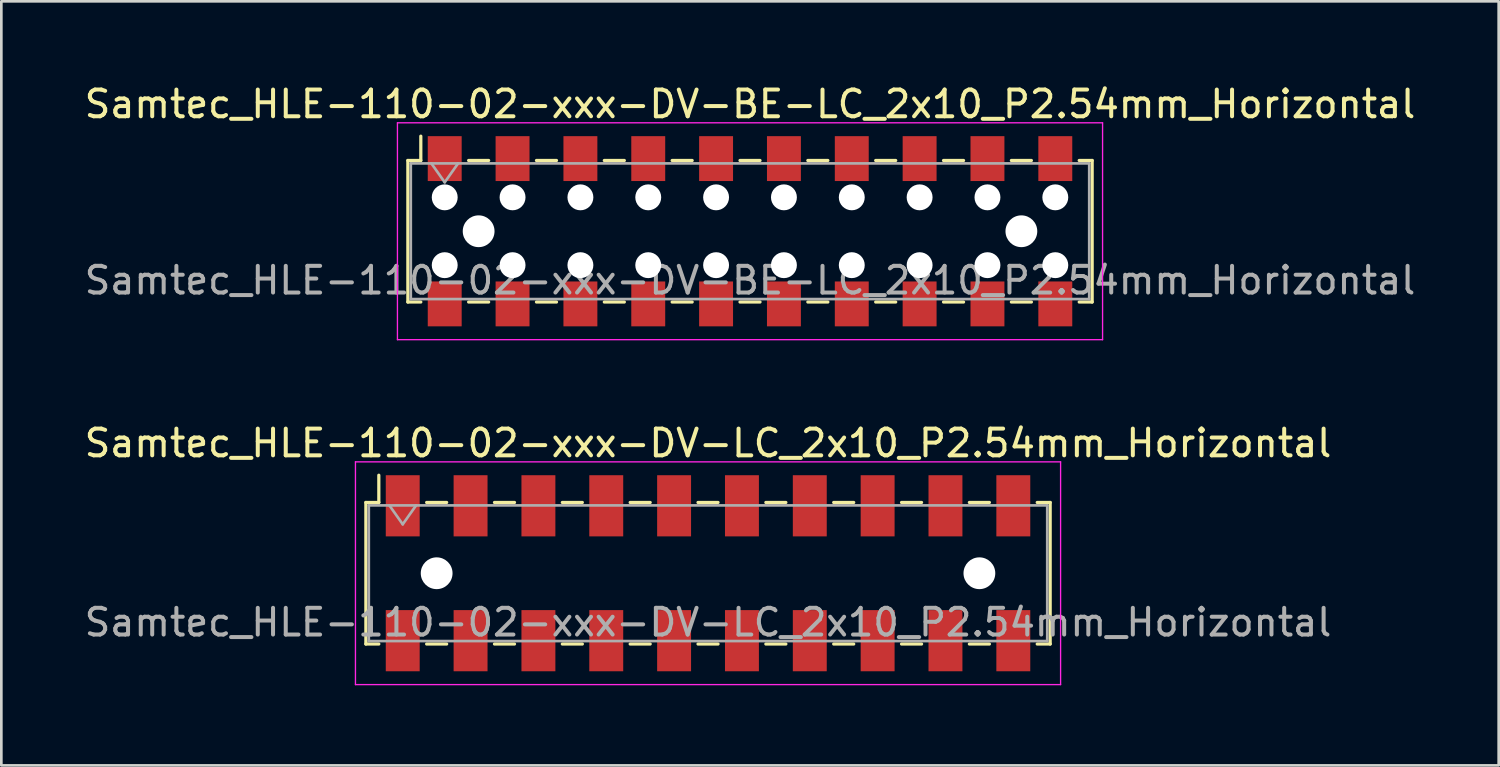
<source format=kicad_pcb>
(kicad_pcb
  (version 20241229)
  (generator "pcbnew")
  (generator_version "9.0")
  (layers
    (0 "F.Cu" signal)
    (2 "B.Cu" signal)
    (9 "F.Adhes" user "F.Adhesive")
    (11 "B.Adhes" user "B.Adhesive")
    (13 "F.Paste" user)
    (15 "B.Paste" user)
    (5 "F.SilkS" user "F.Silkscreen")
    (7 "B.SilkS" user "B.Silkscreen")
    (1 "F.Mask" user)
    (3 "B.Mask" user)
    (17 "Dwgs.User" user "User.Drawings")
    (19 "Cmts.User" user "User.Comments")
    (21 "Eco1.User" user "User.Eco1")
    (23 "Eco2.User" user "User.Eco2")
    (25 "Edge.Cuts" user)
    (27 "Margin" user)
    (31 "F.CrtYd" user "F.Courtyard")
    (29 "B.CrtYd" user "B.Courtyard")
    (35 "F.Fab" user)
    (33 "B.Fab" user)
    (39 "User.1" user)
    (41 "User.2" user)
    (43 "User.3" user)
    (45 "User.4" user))
  (footprint "Samtec_HLE-110-02-xxx-DV-LC_2x10_P2.54mm_Horizontal"
    (layer "F.Cu")
    (at 23.458 18.412)
    (property "Reference" "Samtec_HLE-110-02-xxx-DV-LC_2x10_P2.54mm_Horizontal" (at 0 -4.87 0) (layer "F.SilkS") (effects (font (size 1 1) (thickness 0.15))))
    (attr smd)
    (fp_line (start -12.81 -2.65) (end -12.81 2.65) (stroke (width 0.12) (type solid)) (layer "F.SilkS"))
    (fp_line (start -12.81 2.65) (end -12.325 2.65) (stroke (width 0.12) (type solid)) (layer "F.SilkS"))
    (fp_line (start -12.325 -3.67) (end -12.325 -2.65) (stroke (width 0.12) (type solid)) (layer "F.SilkS"))
    (fp_line (start -12.325 -2.65) (end -12.81 -2.65) (stroke (width 0.12) (type solid)) (layer "F.SilkS"))
    (fp_line (start -10.535 -2.65) (end -9.785 -2.65) (stroke (width 0.12) (type solid)) (layer "F.SilkS"))
    (fp_line (start -10.535 2.65) (end -9.785 2.65) (stroke (width 0.12) (type solid)) (layer "F.SilkS"))
    (fp_line (start -7.995 -2.65) (end -7.245 -2.65) (stroke (width 0.12) (type solid)) (layer "F.SilkS"))
    (fp_line (start -7.995 2.65) (end -7.245 2.65) (stroke (width 0.12) (type solid)) (layer "F.SilkS"))
    (fp_line (start -5.455 -2.65) (end -4.705 -2.65) (stroke (width 0.12) (type solid)) (layer "F.SilkS"))
    (fp_line (start -5.455 2.65) (end -4.705 2.65) (stroke (width 0.12) (type solid)) (layer "F.SilkS"))
    (fp_line (start -2.915 -2.65) (end -2.165 -2.65) (stroke (width 0.12) (type solid)) (layer "F.SilkS"))
    (fp_line (start -2.915 2.65) (end -2.165 2.65) (stroke (width 0.12) (type solid)) (layer "F.SilkS"))
    (fp_line (start -0.375 -2.65) (end 0.375 -2.65) (stroke (width 0.12) (type solid)) (layer "F.SilkS"))
    (fp_line (start -0.375 2.65) (end 0.375 2.65) (stroke (width 0.12) (type solid)) (layer "F.SilkS"))
    (fp_line (start 2.165 -2.65) (end 2.915 -2.65) (stroke (width 0.12) (type solid)) (layer "F.SilkS"))
    (fp_line (start 2.165 2.65) (end 2.915 2.65) (stroke (width 0.12) (type solid)) (layer "F.SilkS"))
    (fp_line (start 4.705 -2.65) (end 5.455 -2.65) (stroke (width 0.12) (type solid)) (layer "F.SilkS"))
    (fp_line (start 4.705 2.65) (end 5.455 2.65) (stroke (width 0.12) (type solid)) (layer "F.SilkS"))
    (fp_line (start 7.245 -2.65) (end 7.995 -2.65) (stroke (width 0.12) (type solid)) (layer "F.SilkS"))
    (fp_line (start 7.245 2.65) (end 7.995 2.65) (stroke (width 0.12) (type solid)) (layer "F.SilkS"))
    (fp_line (start 9.785 -2.65) (end 10.535 -2.65) (stroke (width 0.12) (type solid)) (layer "F.SilkS"))
    (fp_line (start 9.785 2.65) (end 10.535 2.65) (stroke (width 0.12) (type solid)) (layer "F.SilkS"))
    (fp_line (start 12.325 -2.65) (end 12.81 -2.65) (stroke (width 0.12) (type solid)) (layer "F.SilkS"))
    (fp_line (start 12.81 -2.65) (end 12.81 2.65) (stroke (width 0.12) (type solid)) (layer "F.SilkS"))
    (fp_line (start 12.81 2.65) (end 12.325 2.65) (stroke (width 0.12) (type solid)) (layer "F.SilkS"))
    (fp_line (start -13.2 -4.17) (end 13.2 -4.17) (stroke (width 0.05) (type solid)) (layer "F.CrtYd"))
    (fp_line (start -13.2 4.17) (end -13.2 -4.17) (stroke (width 0.05) (type solid)) (layer "F.CrtYd"))
    (fp_line (start 13.2 -4.17) (end 13.2 4.17) (stroke (width 0.05) (type solid)) (layer "F.CrtYd"))
    (fp_line (start 13.2 4.17) (end -13.2 4.17) (stroke (width 0.05) (type solid)) (layer "F.CrtYd"))
    (fp_line (start -12.7 -2.54) (end 12.7 -2.54) (stroke (width 0.1) (type solid)) (layer "F.Fab"))
    (fp_line (start -12.7 2.54) (end -12.7 -2.54) (stroke (width 0.1) (type solid)) (layer "F.Fab"))
    (fp_line (start -11.93 -2.54) (end -11.43 -1.833) (stroke (width 0.1) (type solid)) (layer "F.Fab"))
    (fp_line (start -11.43 -1.833) (end -10.93 -2.54) (stroke (width 0.1) (type solid)) (layer "F.Fab"))
    (fp_line (start 12.7 -2.54) (end 12.7 2.54) (stroke (width 0.1) (type solid)) (layer "F.Fab"))
    (fp_line (start 12.7 2.54) (end -12.7 2.54) (stroke (width 0.1) (type solid)) (layer "F.Fab"))
    (fp_text user "${REFERENCE}" (at 0 1.84 0) (layer "F.Fab") (effects (font (size 1 1) (thickness 0.15))))
    (pad "" np_thru_hole circle (at -10.16 0) (size 1.19 1.19) (drill 1.19) (layers "*.Cu" "*.Mask"))
    (pad "" np_thru_hole circle (at 10.16 0) (size 1.19 1.19) (drill 1.19) (layers "*.Cu" "*.Mask"))
    (pad "1" smd rect (at -11.43 -2.525) (size 1.27 2.29) (layers "F.Cu" "F.Mask" "F.Paste"))
    (pad "2" smd rect (at -11.43 2.525) (size 1.27 2.29) (layers "F.Cu" "F.Mask" "F.Paste"))
    (pad "3" smd rect (at -8.89 -2.525) (size 1.27 2.29) (layers "F.Cu" "F.Mask" "F.Paste"))
    (pad "4" smd rect (at -8.89 2.525) (size 1.27 2.29) (layers "F.Cu" "F.Mask" "F.Paste"))
    (pad "5" smd rect (at -6.35 -2.525) (size 1.27 2.29) (layers "F.Cu" "F.Mask" "F.Paste"))
    (pad "6" smd rect (at -6.35 2.525) (size 1.27 2.29) (layers "F.Cu" "F.Mask" "F.Paste"))
    (pad "7" smd rect (at -3.81 -2.525) (size 1.27 2.29) (layers "F.Cu" "F.Mask" "F.Paste"))
    (pad "8" smd rect (at -3.81 2.525) (size 1.27 2.29) (layers "F.Cu" "F.Mask" "F.Paste"))
    (pad "9" smd rect (at -1.27 -2.525) (size 1.27 2.29) (layers "F.Cu" "F.Mask" "F.Paste"))
    (pad "10" smd rect (at -1.27 2.525) (size 1.27 2.29) (layers "F.Cu" "F.Mask" "F.Paste"))
    (pad "11" smd rect (at 1.27 -2.525) (size 1.27 2.29) (layers "F.Cu" "F.Mask" "F.Paste"))
    (pad "12" smd rect (at 1.27 2.525) (size 1.27 2.29) (layers "F.Cu" "F.Mask" "F.Paste"))
    (pad "13" smd rect (at 3.81 -2.525) (size 1.27 2.29) (layers "F.Cu" "F.Mask" "F.Paste"))
    (pad "14" smd rect (at 3.81 2.525) (size 1.27 2.29) (layers "F.Cu" "F.Mask" "F.Paste"))
    (pad "15" smd rect (at 6.35 -2.525) (size 1.27 2.29) (layers "F.Cu" "F.Mask" "F.Paste"))
    (pad "16" smd rect (at 6.35 2.525) (size 1.27 2.29) (layers "F.Cu" "F.Mask" "F.Paste"))
    (pad "17" smd rect (at 8.89 -2.525) (size 1.27 2.29) (layers "F.Cu" "F.Mask" "F.Paste"))
    (pad "18" smd rect (at 8.89 2.525) (size 1.27 2.29) (layers "F.Cu" "F.Mask" "F.Paste"))
    (pad "19" smd rect (at 11.43 -2.525) (size 1.27 2.29) (layers "F.Cu" "F.Mask" "F.Paste"))
    (pad "20" smd rect (at 11.43 2.525) (size 1.27 2.29) (layers "F.Cu" "F.Mask" "F.Paste")))
  (footprint "Samtec_HLE-110-02-xxx-DV-BE-LC_2x10_P2.54mm_Horizontal"
    (layer "F.Cu")
    (at 25.03 5.608)
    (property "Reference" "Samtec_HLE-110-02-xxx-DV-BE-LC_2x10_P2.54mm_Horizontal" (at 0 -4.76 0) (layer "F.SilkS") (effects (font (size 1 1) (thickness 0.15))))
    (attr smd)
    (fp_line (start -12.81 -2.65) (end -12.81 2.65) (stroke (width 0.12) (type solid)) (layer "F.SilkS"))
    (fp_line (start -12.81 2.65) (end -12.325 2.65) (stroke (width 0.12) (type solid)) (layer "F.SilkS"))
    (fp_line (start -12.325 -3.56) (end -12.325 -2.65) (stroke (width 0.12) (type solid)) (layer "F.SilkS"))
    (fp_line (start -12.325 -2.65) (end -12.81 -2.65) (stroke (width 0.12) (type solid)) (layer "F.SilkS"))
    (fp_line (start -10.535 -2.65) (end -9.785 -2.65) (stroke (width 0.12) (type solid)) (layer "F.SilkS"))
    (fp_line (start -10.535 2.65) (end -9.785 2.65) (stroke (width 0.12) (type solid)) (layer "F.SilkS"))
    (fp_line (start -7.995 -2.65) (end -7.245 -2.65) (stroke (width 0.12) (type solid)) (layer "F.SilkS"))
    (fp_line (start -7.995 2.65) (end -7.245 2.65) (stroke (width 0.12) (type solid)) (layer "F.SilkS"))
    (fp_line (start -5.455 -2.65) (end -4.705 -2.65) (stroke (width 0.12) (type solid)) (layer "F.SilkS"))
    (fp_line (start -5.455 2.65) (end -4.705 2.65) (stroke (width 0.12) (type solid)) (layer "F.SilkS"))
    (fp_line (start -2.915 -2.65) (end -2.165 -2.65) (stroke (width 0.12) (type solid)) (layer "F.SilkS"))
    (fp_line (start -2.915 2.65) (end -2.165 2.65) (stroke (width 0.12) (type solid)) (layer "F.SilkS"))
    (fp_line (start -0.375 -2.65) (end 0.375 -2.65) (stroke (width 0.12) (type solid)) (layer "F.SilkS"))
    (fp_line (start -0.375 2.65) (end 0.375 2.65) (stroke (width 0.12) (type solid)) (layer "F.SilkS"))
    (fp_line (start 2.165 -2.65) (end 2.915 -2.65) (stroke (width 0.12) (type solid)) (layer "F.SilkS"))
    (fp_line (start 2.165 2.65) (end 2.915 2.65) (stroke (width 0.12) (type solid)) (layer "F.SilkS"))
    (fp_line (start 4.705 -2.65) (end 5.455 -2.65) (stroke (width 0.12) (type solid)) (layer "F.SilkS"))
    (fp_line (start 4.705 2.65) (end 5.455 2.65) (stroke (width 0.12) (type solid)) (layer "F.SilkS"))
    (fp_line (start 7.245 -2.65) (end 7.995 -2.65) (stroke (width 0.12) (type solid)) (layer "F.SilkS"))
    (fp_line (start 7.245 2.65) (end 7.995 2.65) (stroke (width 0.12) (type solid)) (layer "F.SilkS"))
    (fp_line (start 9.785 -2.65) (end 10.535 -2.65) (stroke (width 0.12) (type solid)) (layer "F.SilkS"))
    (fp_line (start 9.785 2.65) (end 10.535 2.65) (stroke (width 0.12) (type solid)) (layer "F.SilkS"))
    (fp_line (start 12.325 -2.65) (end 12.81 -2.65) (stroke (width 0.12) (type solid)) (layer "F.SilkS"))
    (fp_line (start 12.81 -2.65) (end 12.81 2.65) (stroke (width 0.12) (type solid)) (layer "F.SilkS"))
    (fp_line (start 12.81 2.65) (end 12.325 2.65) (stroke (width 0.12) (type solid)) (layer "F.SilkS"))
    (fp_line (start -13.2 -4.06) (end 13.2 -4.06) (stroke (width 0.05) (type solid)) (layer "F.CrtYd"))
    (fp_line (start -13.2 4.06) (end -13.2 -4.06) (stroke (width 0.05) (type solid)) (layer "F.CrtYd"))
    (fp_line (start 13.2 -4.06) (end 13.2 4.06) (stroke (width 0.05) (type solid)) (layer "F.CrtYd"))
    (fp_line (start 13.2 4.06) (end -13.2 4.06) (stroke (width 0.05) (type solid)) (layer "F.CrtYd"))
    (fp_line (start -12.7 -2.54) (end 12.7 -2.54) (stroke (width 0.1) (type solid)) (layer "F.Fab"))
    (fp_line (start -12.7 2.54) (end -12.7 -2.54) (stroke (width 0.1) (type solid)) (layer "F.Fab"))
    (fp_line (start -11.93 -2.54) (end -11.43 -1.833) (stroke (width 0.1) (type solid)) (layer "F.Fab"))
    (fp_line (start -11.43 -1.833) (end -10.93 -2.54) (stroke (width 0.1) (type solid)) (layer "F.Fab"))
    (fp_line (start 12.7 -2.54) (end 12.7 2.54) (stroke (width 0.1) (type solid)) (layer "F.Fab"))
    (fp_line (start 12.7 2.54) (end -12.7 2.54) (stroke (width 0.1) (type solid)) (layer "F.Fab"))
    (fp_text user "${REFERENCE}" (at 0 1.84 0) (layer "F.Fab") (effects (font (size 1 1) (thickness 0.15))))
    (pad "" np_thru_hole circle (at -11.43 -1.27) (size 0.97 0.97) (drill 0.97) (layers "*.Cu" "*.Mask"))
    (pad "" np_thru_hole circle (at -11.43 1.27) (size 0.97 0.97) (drill 0.97) (layers "*.Cu" "*.Mask"))
    (pad "" np_thru_hole circle (at -10.16 0) (size 1.19 1.19) (drill 1.19) (layers "*.Cu" "*.Mask"))
    (pad "" np_thru_hole circle (at -8.89 -1.27) (size 0.97 0.97) (drill 0.97) (layers "*.Cu" "*.Mask"))
    (pad "" np_thru_hole circle (at -8.89 1.27) (size 0.97 0.97) (drill 0.97) (layers "*.Cu" "*.Mask"))
    (pad "" np_thru_hole circle (at -6.35 -1.27) (size 0.97 0.97) (drill 0.97) (layers "*.Cu" "*.Mask"))
    (pad "" np_thru_hole circle (at -6.35 1.27) (size 0.97 0.97) (drill 0.97) (layers "*.Cu" "*.Mask"))
    (pad "" np_thru_hole circle (at -3.81 -1.27) (size 0.97 0.97) (drill 0.97) (layers "*.Cu" "*.Mask"))
    (pad "" np_thru_hole circle (at -3.81 1.27) (size 0.97 0.97) (drill 0.97) (layers "*.Cu" "*.Mask"))
    (pad "" np_thru_hole circle (at -1.27 -1.27) (size 0.97 0.97) (drill 0.97) (layers "*.Cu" "*.Mask"))
    (pad "" np_thru_hole circle (at -1.27 1.27) (size 0.97 0.97) (drill 0.97) (layers "*.Cu" "*.Mask"))
    (pad "" np_thru_hole circle (at 1.27 -1.27) (size 0.97 0.97) (drill 0.97) (layers "*.Cu" "*.Mask"))
    (pad "" np_thru_hole circle (at 1.27 1.27) (size 0.97 0.97) (drill 0.97) (layers "*.Cu" "*.Mask"))
    (pad "" np_thru_hole circle (at 3.81 -1.27) (size 0.97 0.97) (drill 0.97) (layers "*.Cu" "*.Mask"))
    (pad "" np_thru_hole circle (at 3.81 1.27) (size 0.97 0.97) (drill 0.97) (layers "*.Cu" "*.Mask"))
    (pad "" np_thru_hole circle (at 6.35 -1.27) (size 0.97 0.97) (drill 0.97) (layers "*.Cu" "*.Mask"))
    (pad "" np_thru_hole circle (at 6.35 1.27) (size 0.97 0.97) (drill 0.97) (layers "*.Cu" "*.Mask"))
    (pad "" np_thru_hole circle (at 8.89 -1.27) (size 0.97 0.97) (drill 0.97) (layers "*.Cu" "*.Mask"))
    (pad "" np_thru_hole circle (at 8.89 1.27) (size 0.97 0.97) (drill 0.97) (layers "*.Cu" "*.Mask"))
    (pad "" np_thru_hole circle (at 10.16 0) (size 1.19 1.19) (drill 1.19) (layers "*.Cu" "*.Mask"))
    (pad "" np_thru_hole circle (at 11.43 -1.27) (size 0.97 0.97) (drill 0.97) (layers "*.Cu" "*.Mask"))
    (pad "" np_thru_hole circle (at 11.43 1.27) (size 0.97 0.97) (drill 0.97) (layers "*.Cu" "*.Mask"))
    (pad "1" smd rect (at -11.43 -2.72) (size 1.27 1.68) (layers "F.Cu" "F.Mask" "F.Paste"))
    (pad "2" smd rect (at -11.43 2.72) (size 1.27 1.68) (layers "F.Cu" "F.Mask" "F.Paste"))
    (pad "3" smd rect (at -8.89 -2.72) (size 1.27 1.68) (layers "F.Cu" "F.Mask" "F.Paste"))
    (pad "4" smd rect (at -8.89 2.72) (size 1.27 1.68) (layers "F.Cu" "F.Mask" "F.Paste"))
    (pad "5" smd rect (at -6.35 -2.72) (size 1.27 1.68) (layers "F.Cu" "F.Mask" "F.Paste"))
    (pad "6" smd rect (at -6.35 2.72) (size 1.27 1.68) (layers "F.Cu" "F.Mask" "F.Paste"))
    (pad "7" smd rect (at -3.81 -2.72) (size 1.27 1.68) (layers "F.Cu" "F.Mask" "F.Paste"))
    (pad "8" smd rect (at -3.81 2.72) (size 1.27 1.68) (layers "F.Cu" "F.Mask" "F.Paste"))
    (pad "9" smd rect (at -1.27 -2.72) (size 1.27 1.68) (layers "F.Cu" "F.Mask" "F.Paste"))
    (pad "10" smd rect (at -1.27 2.72) (size 1.27 1.68) (layers "F.Cu" "F.Mask" "F.Paste"))
    (pad "11" smd rect (at 1.27 -2.72) (size 1.27 1.68) (layers "F.Cu" "F.Mask" "F.Paste"))
    (pad "12" smd rect (at 1.27 2.72) (size 1.27 1.68) (layers "F.Cu" "F.Mask" "F.Paste"))
    (pad "13" smd rect (at 3.81 -2.72) (size 1.27 1.68) (layers "F.Cu" "F.Mask" "F.Paste"))
    (pad "14" smd rect (at 3.81 2.72) (size 1.27 1.68) (layers "F.Cu" "F.Mask" "F.Paste"))
    (pad "15" smd rect (at 6.35 -2.72) (size 1.27 1.68) (layers "F.Cu" "F.Mask" "F.Paste"))
    (pad "16" smd rect (at 6.35 2.72) (size 1.27 1.68) (layers "F.Cu" "F.Mask" "F.Paste"))
    (pad "17" smd rect (at 8.89 -2.72) (size 1.27 1.68) (layers "F.Cu" "F.Mask" "F.Paste"))
    (pad "18" smd rect (at 8.89 2.72) (size 1.27 1.68) (layers "F.Cu" "F.Mask" "F.Paste"))
    (pad "19" smd rect (at 11.43 -2.72) (size 1.27 1.68) (layers "F.Cu" "F.Mask" "F.Paste"))
    (pad "20" smd rect (at 11.43 2.72) (size 1.27 1.68) (layers "F.Cu" "F.Mask" "F.Paste")))
  (gr_rect
    (start -3 -3)
    (end 53.06 25.607)
    (stroke (width 0.1) (type default))
    (fill no)
    (layer "Edge.Cuts")))
</source>
